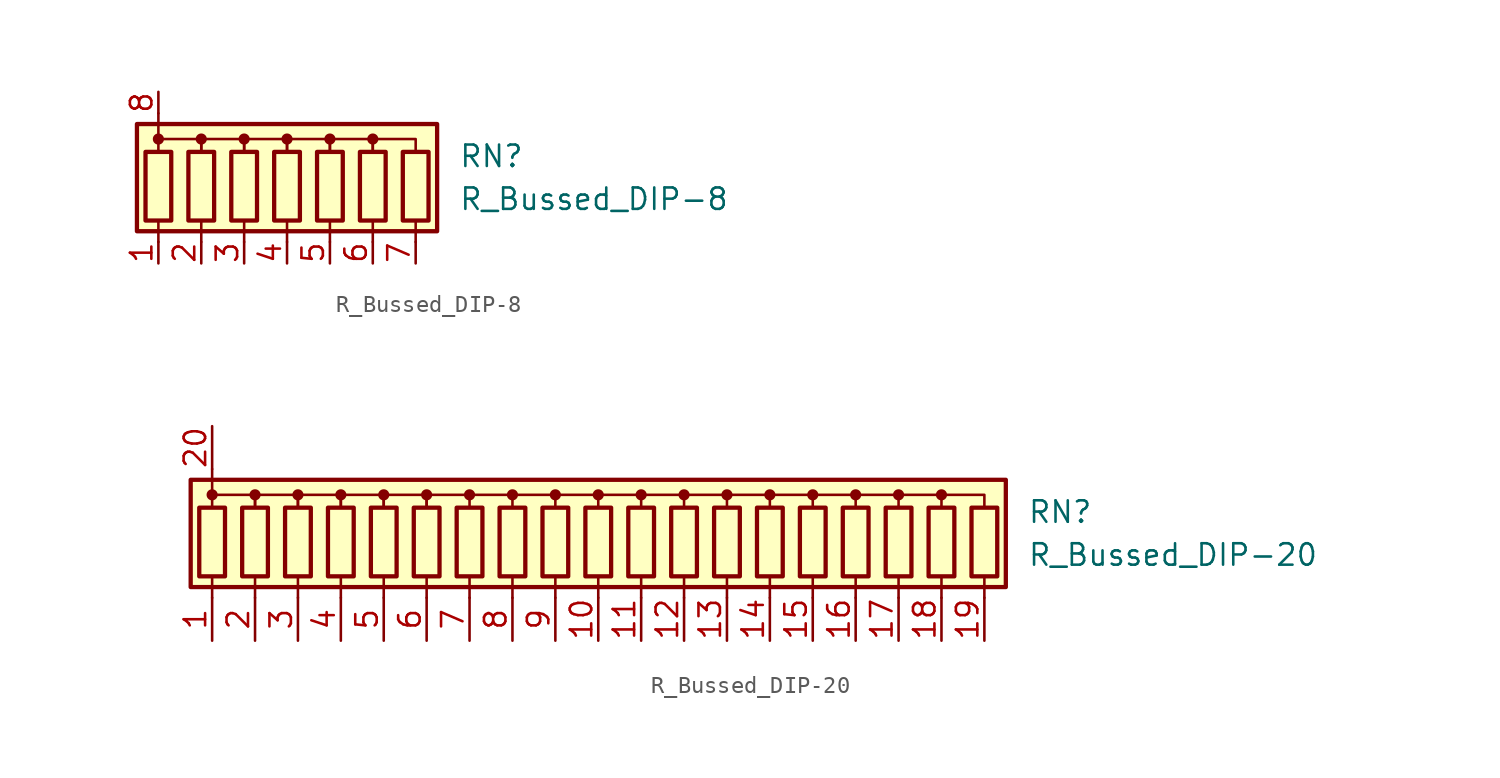
<source format=kicad_sym>
(kicad_symbol_lib
  (version 20220914)
  (generator kicad_symbol_editor)
  (symbol "R_Bussed_DIP-8"
    (pin_names
      (offset 0.002) hide)
    (property "Reference" "RN"
      (at 10.16 1.27 0)
      (effects (font (size 1.27 1.27)) (justify left)))
    (property "Value" "R_Bussed_DIP-8"
      (at 10.16 -1.27 0)
      (effects (font (size 1.27 1.27)) (justify left)))
    (symbol "R_Bussed_DIP-8_0_1"
      (rectangle (start -8.89 -3.175) (end 8.89 3.175) (stroke (width 0.254) (type default)) (fill (type background)))
      (rectangle (start -8.382 1.524) (end -6.858 -2.54) (stroke (width 0.254) (type default)) (fill (type none)))
      (circle (center -7.62 2.286) (radius 0.254) (stroke (width 0) (type default)) (fill (type outline)))
      (rectangle (start -5.842 1.524) (end -4.318 -2.54) (stroke (width 0.254) (type default)) (fill (type none)))
      (circle (center -5.08 2.286) (radius 0.254) (stroke (width 0) (type default)) (fill (type outline)))
      (rectangle (start -3.302 1.524) (end -1.778 -2.54) (stroke (width 0.254) (type default)) (fill (type none)))
      (circle (center -2.54 2.286) (radius 0.254) (stroke (width 0) (type default)) (fill (type outline)))
      (rectangle (start -0.762 1.524) (end 0.762 -2.54) (stroke (width 0.254) (type default)) (fill (type none)))
      (polyline (pts (xy -7.62 -2.54) (xy -7.62 -3.81)) (stroke (width 0) (type default)) (fill (type none)))
      (polyline (pts (xy -7.62 3.81) (xy -7.62 2.54)) (stroke (width 0) (type default)) (fill (type none)))
      (polyline (pts (xy -5.08 -2.54) (xy -5.08 -3.81)) (stroke (width 0) (type default)) (fill (type none)))
      (polyline (pts (xy -2.54 -2.54) (xy -2.54 -3.81)) (stroke (width 0) (type default)) (fill (type none)))
      (polyline (pts (xy 0 -2.54) (xy 0 -3.81)) (stroke (width 0) (type default)) (fill (type none)))
      (polyline (pts (xy 2.54 -2.54) (xy 2.54 -3.81)) (stroke (width 0) (type default)) (fill (type none)))
      (polyline (pts (xy 5.08 -2.54) (xy 5.08 -3.81)) (stroke (width 0) (type default)) (fill (type none)))
      (polyline (pts (xy 7.62 -2.54) (xy 7.62 -3.81)) (stroke (width 0) (type default)) (fill (type none)))
      (polyline (pts (xy -7.62 1.524) (xy -7.62 2.286) (xy -5.08 2.286) (xy -5.08 1.524)) (stroke (width 0) (type default)) (fill (type none)))
      (polyline (pts (xy -5.08 1.524) (xy -5.08 2.286) (xy -2.54 2.286) (xy -2.54 1.524)) (stroke (width 0) (type default)) (fill (type none)))
      (polyline (pts (xy -2.54 1.524) (xy -2.54 2.286) (xy 0 2.286) (xy 0 1.524)) (stroke (width 0) (type default)) (fill (type none)))
      (polyline (pts (xy 0 1.524) (xy 0 2.286) (xy 2.54 2.286) (xy 2.54 1.524)) (stroke (width 0) (type default)) (fill (type none)))
      (polyline (pts (xy 2.54 1.524) (xy 2.54 2.286) (xy 5.08 2.286) (xy 5.08 1.524)) (stroke (width 0) (type default)) (fill (type none)))
      (polyline (pts (xy 5.08 1.524) (xy 5.08 2.286) (xy 7.62 2.286) (xy 7.62 1.524)) (stroke (width 0) (type default)) (fill (type none)))
      (circle (center 0 2.286) (radius 0.254) (stroke (width 0) (type default)) (fill (type outline)))
      (rectangle (start 1.778 1.524) (end 3.302 -2.54) (stroke (width 0.254) (type default)) (fill (type none)))
      (circle (center 2.54 2.286) (radius 0.254) (stroke (width 0) (type default)) (fill (type outline)))
      (rectangle (start 4.318 1.524) (end 5.842 -2.54) (stroke (width 0.254) (type default)) (fill (type none)))
      (circle (center 5.08 2.286) (radius 0.254) (stroke (width 0) (type default)) (fill (type outline)))
      (rectangle (start 6.858 1.524) (end 8.382 -2.54) (stroke (width 0.254) (type default)) (fill (type none))))
    (symbol "R_Bussed_DIP-8_1_1"
      (pin passive line (at -7.62 -5.08 90) (length 1.27) (name "R1" (effects (font (size 1.27 1.27)))) (number "1" (effects (font (size 1.27 1.27)))))
      (pin passive line (at -5.08 -5.08 90) (length 1.27) (name "R2" (effects (font (size 1.27 1.27)))) (number "2" (effects (font (size 1.27 1.27)))))
      (pin passive line (at -2.54 -5.08 90) (length 1.27) (name "R3" (effects (font (size 1.27 1.27)))) (number "3" (effects (font (size 1.27 1.27)))))
      (pin passive line (at 0 -5.08 90) (length 1.27) (name "R4" (effects (font (size 1.27 1.27)))) (number "4" (effects (font (size 1.27 1.27)))))
      (pin passive line (at 2.54 -5.08 90) (length 1.27) (name "R5" (effects (font (size 1.27 1.27)))) (number "5" (effects (font (size 1.27 1.27)))))
      (pin passive line (at 5.08 -5.08 90) (length 1.27) (name "R6" (effects (font (size 1.27 1.27)))) (number "6" (effects (font (size 1.27 1.27)))))
      (pin passive line (at 7.62 -5.08 90) (length 1.27) (name "R7" (effects (font (size 1.27 1.27)))) (number "7" (effects (font (size 1.27 1.27)))))
      (pin passive line (at -7.62 5.08 270) (length 1.27) (name "common" (effects (font (size 1.27 1.27)))) (number "8" (effects (font (size 1.27 1.27)))))))
  (symbol "R_Bussed_DIP-20"
    (pin_names
      (offset 0.002) hide)
    (property "Reference" "RN"
      (at 25.4 1.27 0)
      (effects (font (size 1.27 1.27)) (justify left)))
    (property "Value" "R_Bussed_DIP-20"
      (at 25.4 -1.27 0)
      (effects (font (size 1.27 1.27)) (justify left)))
    (symbol "R_Bussed_DIP-20_0_1"
      (rectangle (start -24.13 3.175) (end 24.13 -3.175) (stroke (width 0.254) (type default)) (fill (type background)))
      (rectangle (start -23.622 1.524) (end -22.098 -2.54) (stroke (width 0.254) (type default)) (fill (type none)))
      (circle (center -22.86 2.286) (radius 0.254) (stroke (width 0) (type default)) (fill (type outline)))
      (rectangle (start -21.082 1.524) (end -19.558 -2.54) (stroke (width 0.254) (type default)) (fill (type none)))
      (circle (center -20.32 2.286) (radius 0.254) (stroke (width 0) (type default)) (fill (type outline)))
      (rectangle (start -18.542 1.524) (end -17.018 -2.54) (stroke (width 0.254) (type default)) (fill (type none)))
      (circle (center -17.78 2.286) (radius 0.254) (stroke (width 0) (type default)) (fill (type outline)))
      (rectangle (start -16.002 1.524) (end -14.478 -2.54) (stroke (width 0.254) (type default)) (fill (type none)))
      (circle (center -15.24 2.286) (radius 0.254) (stroke (width 0) (type default)) (fill (type outline)))
      (rectangle (start -13.462 1.524) (end -11.938 -2.54) (stroke (width 0.254) (type default)) (fill (type none)))
      (circle (center -12.7 2.286) (radius 0.254) (stroke (width 0) (type default)) (fill (type outline)))
      (rectangle (start -10.922 1.524) (end -9.398 -2.54) (stroke (width 0.254) (type default)) (fill (type none)))
      (circle (center -10.16 2.286) (radius 0.254) (stroke (width 0) (type default)) (fill (type outline)))
      (rectangle (start -8.382 1.524) (end -6.858 -2.54) (stroke (width 0.254) (type default)) (fill (type none)))
      (circle (center -7.62 2.286) (radius 0.254) (stroke (width 0) (type default)) (fill (type outline)))
      (rectangle (start -5.842 1.524) (end -4.318 -2.54) (stroke (width 0.254) (type default)) (fill (type none)))
      (circle (center -5.08 2.286) (radius 0.254) (stroke (width 0) (type default)) (fill (type outline)))
      (rectangle (start -3.302 1.524) (end -1.778 -2.54) (stroke (width 0.254) (type default)) (fill (type none)))
      (circle (center -2.54 2.286) (radius 0.254) (stroke (width 0) (type default)) (fill (type outline)))
      (rectangle (start -0.762 1.524) (end 0.762 -2.54) (stroke (width 0.254) (type default)) (fill (type none)))
      (polyline (pts (xy -22.86 -2.54) (xy -22.86 -3.81)) (stroke (width 0) (type default)) (fill (type none)))
      (polyline (pts (xy -22.86 3.81) (xy -22.86 2.54)) (stroke (width 0) (type default)) (fill (type none)))
      (polyline (pts (xy -20.32 -2.54) (xy -20.32 -3.81)) (stroke (width 0) (type default)) (fill (type none)))
      (polyline (pts (xy -17.78 -2.54) (xy -17.78 -3.81)) (stroke (width 0) (type default)) (fill (type none)))
      (polyline (pts (xy -15.24 -2.54) (xy -15.24 -3.81)) (stroke (width 0) (type default)) (fill (type none)))
      (polyline (pts (xy -12.7 -2.54) (xy -12.7 -3.81)) (stroke (width 0) (type default)) (fill (type none)))
      (polyline (pts (xy -10.16 -2.54) (xy -10.16 -3.81)) (stroke (width 0) (type default)) (fill (type none)))
      (polyline (pts (xy -7.62 -2.54) (xy -7.62 -3.81)) (stroke (width 0) (type default)) (fill (type none)))
      (polyline (pts (xy -5.08 -2.54) (xy -5.08 -3.81)) (stroke (width 0) (type default)) (fill (type none)))
      (polyline (pts (xy -2.54 -2.54) (xy -2.54 -3.81)) (stroke (width 0) (type default)) (fill (type none)))
      (polyline (pts (xy 0 -2.54) (xy 0 -3.81)) (stroke (width 0) (type default)) (fill (type none)))
      (polyline (pts (xy 2.54 -2.54) (xy 2.54 -3.81)) (stroke (width 0) (type default)) (fill (type none)))
      (polyline (pts (xy 5.08 -2.54) (xy 5.08 -3.81)) (stroke (width 0) (type default)) (fill (type none)))
      (polyline (pts (xy 7.62 -2.54) (xy 7.62 -3.81)) (stroke (width 0) (type default)) (fill (type none)))
      (polyline (pts (xy 10.16 -2.54) (xy 10.16 -3.81)) (stroke (width 0) (type default)) (fill (type none)))
      (polyline (pts (xy 12.7 -2.54) (xy 12.7 -3.81)) (stroke (width 0) (type default)) (fill (type none)))
      (polyline (pts (xy 15.24 -2.54) (xy 15.24 -3.81)) (stroke (width 0) (type default)) (fill (type none)))
      (polyline (pts (xy 17.78 -2.54) (xy 17.78 -3.81)) (stroke (width 0) (type default)) (fill (type none)))
      (polyline (pts (xy 20.32 -2.54) (xy 20.32 -3.81)) (stroke (width 0) (type default)) (fill (type none)))
      (polyline (pts (xy 22.86 -2.54) (xy 22.86 -3.81)) (stroke (width 0) (type default)) (fill (type none)))
      (polyline (pts (xy -5.08 1.524) (xy -5.08 2.286) (xy -7.62 2.286)) (stroke (width 0.152) (type default)) (fill (type none)))
      (polyline (pts (xy -2.54 1.524) (xy -2.54 2.286) (xy -5.08 2.286)) (stroke (width 0.152) (type default)) (fill (type none)))
      (polyline (pts (xy 0 1.524) (xy 0 2.286) (xy -2.54 2.286)) (stroke (width 0.152) (type default)) (fill (type none)))
      (polyline (pts (xy 2.54 1.524) (xy 2.54 2.286) (xy 0 2.286)) (stroke (width 0.152) (type default)) (fill (type none)))
      (polyline (pts (xy 5.08 1.524) (xy 5.08 2.286) (xy 2.54 2.286)) (stroke (width 0.152) (type default)) (fill (type none)))
      (polyline (pts (xy 7.62 1.524) (xy 7.62 2.286) (xy 5.08 2.286)) (stroke (width 0.152) (type default)) (fill (type none)))
      (polyline (pts (xy 10.16 1.524) (xy 10.16 2.286) (xy 7.62 2.286)) (stroke (width 0.152) (type default)) (fill (type none)))
      (polyline (pts (xy 12.7 1.524) (xy 12.7 2.286) (xy 10.16 2.286)) (stroke (width 0.152) (type default)) (fill (type none)))
      (polyline (pts (xy 15.24 1.524) (xy 15.24 2.286) (xy 12.7 2.286)) (stroke (width 0.152) (type default)) (fill (type none)))
      (polyline (pts (xy 17.78 1.524) (xy 17.78 2.286) (xy 15.24 2.286)) (stroke (width 0.152) (type default)) (fill (type none)))
      (polyline (pts (xy 20.32 1.524) (xy 20.32 2.286) (xy 17.78 2.286)) (stroke (width 0.152) (type default)) (fill (type none)))
      (polyline (pts (xy 22.86 1.524) (xy 22.86 2.286) (xy 20.32 2.286)) (stroke (width 0.152) (type default)) (fill (type none)))
      (polyline (pts (xy -22.86 1.524) (xy -22.86 2.286) (xy -20.32 2.286) (xy -20.32 1.524)) (stroke (width 0) (type default)) (fill (type none)))
      (polyline (pts (xy -20.32 1.524) (xy -20.32 2.286) (xy -17.78 2.286) (xy -17.78 1.524)) (stroke (width 0) (type default)) (fill (type none)))
      (polyline (pts (xy -17.78 1.524) (xy -17.78 2.286) (xy -15.24 2.286) (xy -15.24 1.524)) (stroke (width 0) (type default)) (fill (type none)))
      (polyline (pts (xy -15.24 1.524) (xy -15.24 2.286) (xy -12.7 2.286) (xy -12.7 1.524)) (stroke (width 0) (type default)) (fill (type none)))
      (polyline (pts (xy -12.7 1.524) (xy -12.7 2.286) (xy -10.16 2.286) (xy -10.16 1.524)) (stroke (width 0) (type default)) (fill (type none)))
      (polyline (pts (xy -10.16 1.524) (xy -10.16 2.286) (xy -7.62 2.286) (xy -7.62 1.524)) (stroke (width 0) (type default)) (fill (type none)))
      (circle (center 0 2.286) (radius 0.254) (stroke (width 0) (type default)) (fill (type outline)))
      (rectangle (start 1.778 1.524) (end 3.302 -2.54) (stroke (width 0.254) (type default)) (fill (type none)))
      (circle (center 2.54 2.286) (radius 0.254) (stroke (width 0) (type default)) (fill (type outline)))
      (rectangle (start 4.318 1.524) (end 5.842 -2.54) (stroke (width 0.254) (type default)) (fill (type none)))
      (circle (center 5.08 2.286) (radius 0.254) (stroke (width 0) (type default)) (fill (type outline)))
      (rectangle (start 6.858 1.524) (end 8.382 -2.54) (stroke (width 0.254) (type default)) (fill (type none)))
      (circle (center 7.62 2.286) (radius 0.254) (stroke (width 0) (type default)) (fill (type outline)))
      (rectangle (start 9.398 1.524) (end 10.922 -2.54) (stroke (width 0.254) (type default)) (fill (type none)))
      (circle (center 10.16 2.286) (radius 0.254) (stroke (width 0) (type default)) (fill (type outline)))
      (rectangle (start 11.938 1.524) (end 13.462 -2.54) (stroke (width 0.254) (type default)) (fill (type none)))
      (circle (center 12.7 2.286) (radius 0.254) (stroke (width 0) (type default)) (fill (type outline)))
      (rectangle (start 14.478 1.524) (end 16.002 -2.54) (stroke (width 0.254) (type default)) (fill (type none)))
      (circle (center 15.24 2.286) (radius 0.254) (stroke (width 0) (type default)) (fill (type outline)))
      (rectangle (start 17.018 1.524) (end 18.542 -2.54) (stroke (width 0.254) (type default)) (fill (type none)))
      (circle (center 17.78 2.286) (radius 0.254) (stroke (width 0) (type default)) (fill (type outline)))
      (rectangle (start 19.558 1.524) (end 21.082 -2.54) (stroke (width 0.254) (type default)) (fill (type none)))
      (circle (center 20.32 2.286) (radius 0.254) (stroke (width 0) (type default)) (fill (type outline)))
      (rectangle (start 22.098 1.524) (end 23.622 -2.54) (stroke (width 0.254) (type default)) (fill (type none))))
    (symbol "R_Bussed_DIP-20_1_1"
      (pin passive line (at -22.86 -6.35 90) (length 2.54) (name "R1" (effects (font (size 1.27 1.27)))) (number "1" (effects (font (size 1.27 1.27)))))
      (pin passive line (at 0 -6.35 90) (length 2.54) (name "R10" (effects (font (size 1.27 1.27)))) (number "10" (effects (font (size 1.27 1.27)))))
      (pin passive line (at 2.54 -6.35 90) (length 2.54) (name "R11" (effects (font (size 1.27 1.27)))) (number "11" (effects (font (size 1.27 1.27)))))
      (pin passive line (at 5.08 -6.35 90) (length 2.54) (name "R12" (effects (font (size 1.27 1.27)))) (number "12" (effects (font (size 1.27 1.27)))))
      (pin passive line (at 7.62 -6.35 90) (length 2.54) (name "R13" (effects (font (size 1.27 1.27)))) (number "13" (effects (font (size 1.27 1.27)))))
      (pin passive line (at 10.16 -6.35 90) (length 2.54) (name "R14" (effects (font (size 1.27 1.27)))) (number "14" (effects (font (size 1.27 1.27)))))
      (pin passive line (at 12.7 -6.35 90) (length 2.54) (name "R15" (effects (font (size 1.27 1.27)))) (number "15" (effects (font (size 1.27 1.27)))))
      (pin passive line (at 15.24 -6.35 90) (length 2.54) (name "R16" (effects (font (size 1.27 1.27)))) (number "16" (effects (font (size 1.27 1.27)))))
      (pin passive line (at 17.78 -6.35 90) (length 2.54) (name "R17" (effects (font (size 1.27 1.27)))) (number "17" (effects (font (size 1.27 1.27)))))
      (pin passive line (at 20.32 -6.35 90) (length 2.54) (name "R18" (effects (font (size 1.27 1.27)))) (number "18" (effects (font (size 1.27 1.27)))))
      (pin passive line (at 22.86 -6.35 90) (length 2.54) (name "R19" (effects (font (size 1.27 1.27)))) (number "19" (effects (font (size 1.27 1.27)))))
      (pin passive line (at -20.32 -6.35 90) (length 2.54) (name "R2" (effects (font (size 1.27 1.27)))) (number "2" (effects (font (size 1.27 1.27)))))
      (pin passive line (at -22.86 6.35 270) (length 2.54) (name "common" (effects (font (size 1.27 1.27)))) (number "20" (effects (font (size 1.27 1.27)))))
      (pin passive line (at -17.78 -6.35 90) (length 2.54) (name "R3" (effects (font (size 1.27 1.27)))) (number "3" (effects (font (size 1.27 1.27)))))
      (pin passive line (at -15.24 -6.35 90) (length 2.54) (name "R4" (effects (font (size 1.27 1.27)))) (number "4" (effects (font (size 1.27 1.27)))))
      (pin passive line (at -12.7 -6.35 90) (length 2.54) (name "R5" (effects (font (size 1.27 1.27)))) (number "5" (effects (font (size 1.27 1.27)))))
      (pin passive line (at -10.16 -6.35 90) (length 2.54) (name "R6" (effects (font (size 1.27 1.27)))) (number "6" (effects (font (size 1.27 1.27)))))
      (pin passive line (at -7.62 -6.35 90) (length 2.54) (name "R7" (effects (font (size 1.27 1.27)))) (number "7" (effects (font (size 1.27 1.27)))))
      (pin passive line (at -5.08 -6.35 90) (length 2.54) (name "R8" (effects (font (size 1.27 1.27)))) (number "8" (effects (font (size 1.27 1.27)))))
      (pin passive line (at -2.54 -6.35 90) (length 2.54) (name "R9" (effects (font (size 1.27 1.27)))) (number "9" (effects (font (size 1.27 1.27))))))))
</source>
